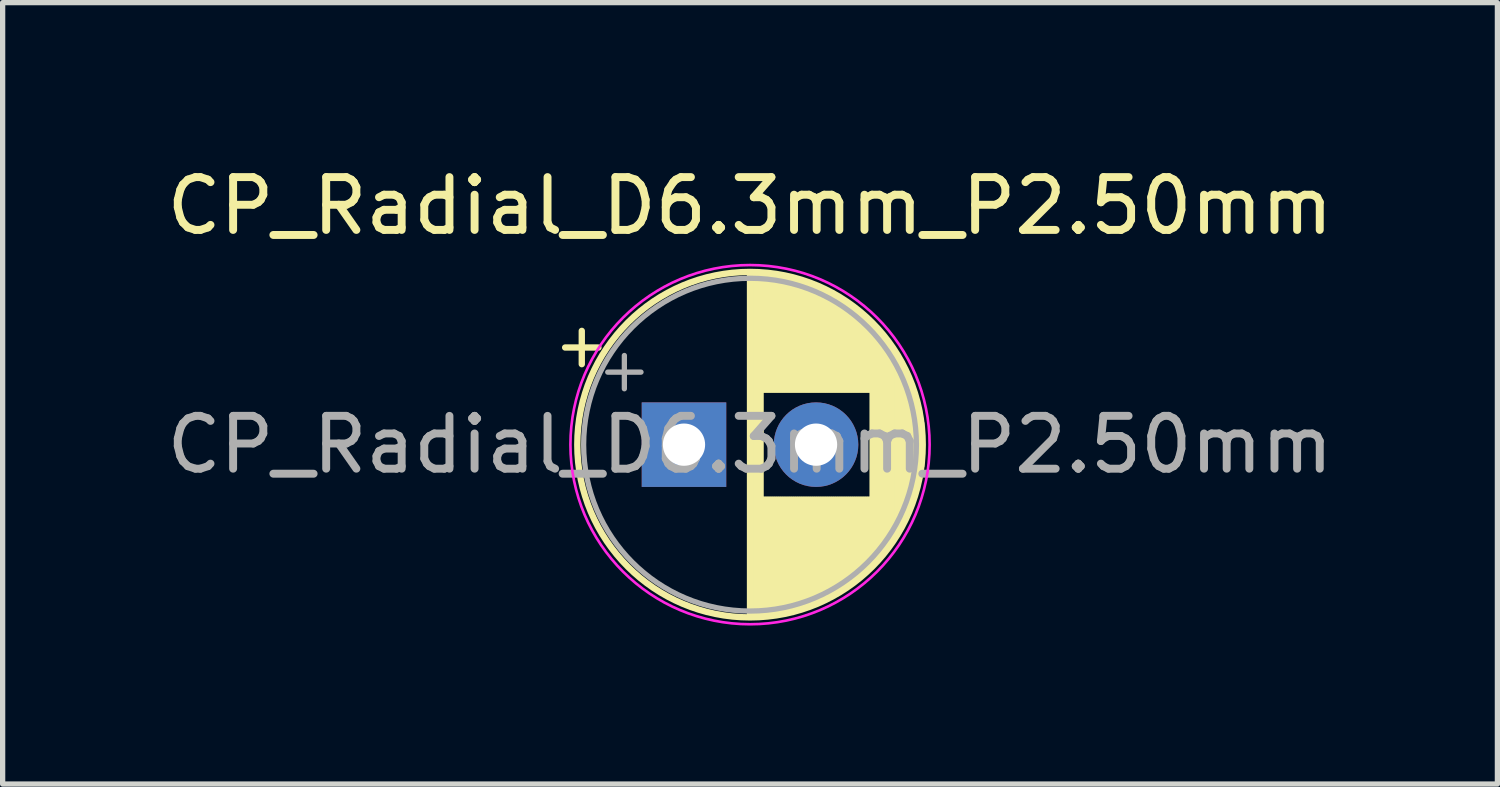
<source format=kicad_pcb>
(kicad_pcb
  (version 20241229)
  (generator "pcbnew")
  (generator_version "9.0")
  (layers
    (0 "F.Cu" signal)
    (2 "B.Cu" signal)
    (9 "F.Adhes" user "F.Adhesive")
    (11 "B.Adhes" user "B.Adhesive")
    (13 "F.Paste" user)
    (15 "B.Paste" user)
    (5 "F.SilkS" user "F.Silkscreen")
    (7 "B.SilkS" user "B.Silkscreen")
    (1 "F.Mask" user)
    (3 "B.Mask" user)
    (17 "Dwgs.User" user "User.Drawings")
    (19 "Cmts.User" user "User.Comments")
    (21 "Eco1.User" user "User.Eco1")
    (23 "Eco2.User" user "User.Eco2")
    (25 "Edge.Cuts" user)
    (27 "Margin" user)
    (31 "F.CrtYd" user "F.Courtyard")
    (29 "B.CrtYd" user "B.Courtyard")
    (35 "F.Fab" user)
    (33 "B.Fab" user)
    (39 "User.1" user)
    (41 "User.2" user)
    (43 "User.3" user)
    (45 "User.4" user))
  (footprint "CP_Radial_D6.3mm_P2.50mm"
    (layer "F.Cu")
    (at 9.899 5.368)
    (property "Reference" "CP_Radial_D6.3mm_P2.50mm" (at 1.25 -4.52 0) (layer "F.SilkS") (effects (font (size 1 1) (thickness 0.15))))
    (attr through_hole)
    (fp_line (start -2.25 -1.839) (end -1.62 -1.839) (stroke (width 0.12) (type solid)) (layer "F.SilkS"))
    (fp_line (start -1.935 -2.154) (end -1.935 -1.524) (stroke (width 0.12) (type solid)) (layer "F.SilkS"))
    (fp_line (start 1.25 -3.23) (end 1.25 3.23) (stroke (width 0.12) (type solid)) (layer "F.SilkS"))
    (fp_line (start 1.29 -3.23) (end 1.29 3.23) (stroke (width 0.12) (type solid)) (layer "F.SilkS"))
    (fp_line (start 1.33 -3.23) (end 1.33 3.23) (stroke (width 0.12) (type solid)) (layer "F.SilkS"))
    (fp_line (start 1.37 -3.228) (end 1.37 3.228) (stroke (width 0.12) (type solid)) (layer "F.SilkS"))
    (fp_line (start 1.41 -3.227) (end 1.41 3.227) (stroke (width 0.12) (type solid)) (layer "F.SilkS"))
    (fp_line (start 1.45 -3.224) (end 1.45 3.224) (stroke (width 0.12) (type solid)) (layer "F.SilkS"))
    (fp_line (start 1.49 -3.222) (end 1.49 -1.04) (stroke (width 0.12) (type solid)) (layer "F.SilkS"))
    (fp_line (start 1.49 1.04) (end 1.49 3.222) (stroke (width 0.12) (type solid)) (layer "F.SilkS"))
    (fp_line (start 1.53 -3.218) (end 1.53 -1.04) (stroke (width 0.12) (type solid)) (layer "F.SilkS"))
    (fp_line (start 1.53 1.04) (end 1.53 3.218) (stroke (width 0.12) (type solid)) (layer "F.SilkS"))
    (fp_line (start 1.57 -3.215) (end 1.57 -1.04) (stroke (width 0.12) (type solid)) (layer "F.SilkS"))
    (fp_line (start 1.57 1.04) (end 1.57 3.215) (stroke (width 0.12) (type solid)) (layer "F.SilkS"))
    (fp_line (start 1.61 -3.211) (end 1.61 -1.04) (stroke (width 0.12) (type solid)) (layer "F.SilkS"))
    (fp_line (start 1.61 1.04) (end 1.61 3.211) (stroke (width 0.12) (type solid)) (layer "F.SilkS"))
    (fp_line (start 1.65 -3.206) (end 1.65 -1.04) (stroke (width 0.12) (type solid)) (layer "F.SilkS"))
    (fp_line (start 1.65 1.04) (end 1.65 3.206) (stroke (width 0.12) (type solid)) (layer "F.SilkS"))
    (fp_line (start 1.69 -3.201) (end 1.69 -1.04) (stroke (width 0.12) (type solid)) (layer "F.SilkS"))
    (fp_line (start 1.69 1.04) (end 1.69 3.201) (stroke (width 0.12) (type solid)) (layer "F.SilkS"))
    (fp_line (start 1.73 -3.195) (end 1.73 -1.04) (stroke (width 0.12) (type solid)) (layer "F.SilkS"))
    (fp_line (start 1.73 1.04) (end 1.73 3.195) (stroke (width 0.12) (type solid)) (layer "F.SilkS"))
    (fp_line (start 1.77 -3.189) (end 1.77 -1.04) (stroke (width 0.12) (type solid)) (layer "F.SilkS"))
    (fp_line (start 1.77 1.04) (end 1.77 3.189) (stroke (width 0.12) (type solid)) (layer "F.SilkS"))
    (fp_line (start 1.81 -3.182) (end 1.81 -1.04) (stroke (width 0.12) (type solid)) (layer "F.SilkS"))
    (fp_line (start 1.81 1.04) (end 1.81 3.182) (stroke (width 0.12) (type solid)) (layer "F.SilkS"))
    (fp_line (start 1.85 -3.175) (end 1.85 -1.04) (stroke (width 0.12) (type solid)) (layer "F.SilkS"))
    (fp_line (start 1.85 1.04) (end 1.85 3.175) (stroke (width 0.12) (type solid)) (layer "F.SilkS"))
    (fp_line (start 1.89 -3.167) (end 1.89 -1.04) (stroke (width 0.12) (type solid)) (layer "F.SilkS"))
    (fp_line (start 1.89 1.04) (end 1.89 3.167) (stroke (width 0.12) (type solid)) (layer "F.SilkS"))
    (fp_line (start 1.93 -3.159) (end 1.93 -1.04) (stroke (width 0.12) (type solid)) (layer "F.SilkS"))
    (fp_line (start 1.93 1.04) (end 1.93 3.159) (stroke (width 0.12) (type solid)) (layer "F.SilkS"))
    (fp_line (start 1.971 -3.15) (end 1.971 -1.04) (stroke (width 0.12) (type solid)) (layer "F.SilkS"))
    (fp_line (start 1.971 1.04) (end 1.971 3.15) (stroke (width 0.12) (type solid)) (layer "F.SilkS"))
    (fp_line (start 2.011 -3.141) (end 2.011 -1.04) (stroke (width 0.12) (type solid)) (layer "F.SilkS"))
    (fp_line (start 2.011 1.04) (end 2.011 3.141) (stroke (width 0.12) (type solid)) (layer "F.SilkS"))
    (fp_line (start 2.051 -3.131) (end 2.051 -1.04) (stroke (width 0.12) (type solid)) (layer "F.SilkS"))
    (fp_line (start 2.051 1.04) (end 2.051 3.131) (stroke (width 0.12) (type solid)) (layer "F.SilkS"))
    (fp_line (start 2.091 -3.121) (end 2.091 -1.04) (stroke (width 0.12) (type solid)) (layer "F.SilkS"))
    (fp_line (start 2.091 1.04) (end 2.091 3.121) (stroke (width 0.12) (type solid)) (layer "F.SilkS"))
    (fp_line (start 2.131 -3.11) (end 2.131 -1.04) (stroke (width 0.12) (type solid)) (layer "F.SilkS"))
    (fp_line (start 2.131 1.04) (end 2.131 3.11) (stroke (width 0.12) (type solid)) (layer "F.SilkS"))
    (fp_line (start 2.171 -3.098) (end 2.171 -1.04) (stroke (width 0.12) (type solid)) (layer "F.SilkS"))
    (fp_line (start 2.171 1.04) (end 2.171 3.098) (stroke (width 0.12) (type solid)) (layer "F.SilkS"))
    (fp_line (start 2.211 -3.086) (end 2.211 -1.04) (stroke (width 0.12) (type solid)) (layer "F.SilkS"))
    (fp_line (start 2.211 1.04) (end 2.211 3.086) (stroke (width 0.12) (type solid)) (layer "F.SilkS"))
    (fp_line (start 2.251 -3.074) (end 2.251 -1.04) (stroke (width 0.12) (type solid)) (layer "F.SilkS"))
    (fp_line (start 2.251 1.04) (end 2.251 3.074) (stroke (width 0.12) (type solid)) (layer "F.SilkS"))
    (fp_line (start 2.291 -3.061) (end 2.291 -1.04) (stroke (width 0.12) (type solid)) (layer "F.SilkS"))
    (fp_line (start 2.291 1.04) (end 2.291 3.061) (stroke (width 0.12) (type solid)) (layer "F.SilkS"))
    (fp_line (start 2.331 -3.047) (end 2.331 -1.04) (stroke (width 0.12) (type solid)) (layer "F.SilkS"))
    (fp_line (start 2.331 1.04) (end 2.331 3.047) (stroke (width 0.12) (type solid)) (layer "F.SilkS"))
    (fp_line (start 2.371 -3.033) (end 2.371 -1.04) (stroke (width 0.12) (type solid)) (layer "F.SilkS"))
    (fp_line (start 2.371 1.04) (end 2.371 3.033) (stroke (width 0.12) (type solid)) (layer "F.SilkS"))
    (fp_line (start 2.411 -3.018) (end 2.411 -1.04) (stroke (width 0.12) (type solid)) (layer "F.SilkS"))
    (fp_line (start 2.411 1.04) (end 2.411 3.018) (stroke (width 0.12) (type solid)) (layer "F.SilkS"))
    (fp_line (start 2.451 -3.002) (end 2.451 -1.04) (stroke (width 0.12) (type solid)) (layer "F.SilkS"))
    (fp_line (start 2.451 1.04) (end 2.451 3.002) (stroke (width 0.12) (type solid)) (layer "F.SilkS"))
    (fp_line (start 2.491 -2.986) (end 2.491 -1.04) (stroke (width 0.12) (type solid)) (layer "F.SilkS"))
    (fp_line (start 2.491 1.04) (end 2.491 2.986) (stroke (width 0.12) (type solid)) (layer "F.SilkS"))
    (fp_line (start 2.531 -2.97) (end 2.531 -1.04) (stroke (width 0.12) (type solid)) (layer "F.SilkS"))
    (fp_line (start 2.531 1.04) (end 2.531 2.97) (stroke (width 0.12) (type solid)) (layer "F.SilkS"))
    (fp_line (start 2.571 -2.952) (end 2.571 -1.04) (stroke (width 0.12) (type solid)) (layer "F.SilkS"))
    (fp_line (start 2.571 1.04) (end 2.571 2.952) (stroke (width 0.12) (type solid)) (layer "F.SilkS"))
    (fp_line (start 2.611 -2.934) (end 2.611 -1.04) (stroke (width 0.12) (type solid)) (layer "F.SilkS"))
    (fp_line (start 2.611 1.04) (end 2.611 2.934) (stroke (width 0.12) (type solid)) (layer "F.SilkS"))
    (fp_line (start 2.651 -2.916) (end 2.651 -1.04) (stroke (width 0.12) (type solid)) (layer "F.SilkS"))
    (fp_line (start 2.651 1.04) (end 2.651 2.916) (stroke (width 0.12) (type solid)) (layer "F.SilkS"))
    (fp_line (start 2.691 -2.896) (end 2.691 -1.04) (stroke (width 0.12) (type solid)) (layer "F.SilkS"))
    (fp_line (start 2.691 1.04) (end 2.691 2.896) (stroke (width 0.12) (type solid)) (layer "F.SilkS"))
    (fp_line (start 2.731 -2.876) (end 2.731 -1.04) (stroke (width 0.12) (type solid)) (layer "F.SilkS"))
    (fp_line (start 2.731 1.04) (end 2.731 2.876) (stroke (width 0.12) (type solid)) (layer "F.SilkS"))
    (fp_line (start 2.771 -2.856) (end 2.771 -1.04) (stroke (width 0.12) (type solid)) (layer "F.SilkS"))
    (fp_line (start 2.771 1.04) (end 2.771 2.856) (stroke (width 0.12) (type solid)) (layer "F.SilkS"))
    (fp_line (start 2.811 -2.834) (end 2.811 -1.04) (stroke (width 0.12) (type solid)) (layer "F.SilkS"))
    (fp_line (start 2.811 1.04) (end 2.811 2.834) (stroke (width 0.12) (type solid)) (layer "F.SilkS"))
    (fp_line (start 2.851 -2.812) (end 2.851 -1.04) (stroke (width 0.12) (type solid)) (layer "F.SilkS"))
    (fp_line (start 2.851 1.04) (end 2.851 2.812) (stroke (width 0.12) (type solid)) (layer "F.SilkS"))
    (fp_line (start 2.891 -2.79) (end 2.891 -1.04) (stroke (width 0.12) (type solid)) (layer "F.SilkS"))
    (fp_line (start 2.891 1.04) (end 2.891 2.79) (stroke (width 0.12) (type solid)) (layer "F.SilkS"))
    (fp_line (start 2.931 -2.766) (end 2.931 -1.04) (stroke (width 0.12) (type solid)) (layer "F.SilkS"))
    (fp_line (start 2.931 1.04) (end 2.931 2.766) (stroke (width 0.12) (type solid)) (layer "F.SilkS"))
    (fp_line (start 2.971 -2.742) (end 2.971 -1.04) (stroke (width 0.12) (type solid)) (layer "F.SilkS"))
    (fp_line (start 2.971 1.04) (end 2.971 2.742) (stroke (width 0.12) (type solid)) (layer "F.SilkS"))
    (fp_line (start 3.011 -2.716) (end 3.011 -1.04) (stroke (width 0.12) (type solid)) (layer "F.SilkS"))
    (fp_line (start 3.011 1.04) (end 3.011 2.716) (stroke (width 0.12) (type solid)) (layer "F.SilkS"))
    (fp_line (start 3.051 -2.69) (end 3.051 -1.04) (stroke (width 0.12) (type solid)) (layer "F.SilkS"))
    (fp_line (start 3.051 1.04) (end 3.051 2.69) (stroke (width 0.12) (type solid)) (layer "F.SilkS"))
    (fp_line (start 3.091 -2.664) (end 3.091 -1.04) (stroke (width 0.12) (type solid)) (layer "F.SilkS"))
    (fp_line (start 3.091 1.04) (end 3.091 2.664) (stroke (width 0.12) (type solid)) (layer "F.SilkS"))
    (fp_line (start 3.131 -2.636) (end 3.131 -1.04) (stroke (width 0.12) (type solid)) (layer "F.SilkS"))
    (fp_line (start 3.131 1.04) (end 3.131 2.636) (stroke (width 0.12) (type solid)) (layer "F.SilkS"))
    (fp_line (start 3.171 -2.607) (end 3.171 -1.04) (stroke (width 0.12) (type solid)) (layer "F.SilkS"))
    (fp_line (start 3.171 1.04) (end 3.171 2.607) (stroke (width 0.12) (type solid)) (layer "F.SilkS"))
    (fp_line (start 3.211 -2.578) (end 3.211 -1.04) (stroke (width 0.12) (type solid)) (layer "F.SilkS"))
    (fp_line (start 3.211 1.04) (end 3.211 2.578) (stroke (width 0.12) (type solid)) (layer "F.SilkS"))
    (fp_line (start 3.251 -2.548) (end 3.251 -1.04) (stroke (width 0.12) (type solid)) (layer "F.SilkS"))
    (fp_line (start 3.251 1.04) (end 3.251 2.548) (stroke (width 0.12) (type solid)) (layer "F.SilkS"))
    (fp_line (start 3.291 -2.516) (end 3.291 -1.04) (stroke (width 0.12) (type solid)) (layer "F.SilkS"))
    (fp_line (start 3.291 1.04) (end 3.291 2.516) (stroke (width 0.12) (type solid)) (layer "F.SilkS"))
    (fp_line (start 3.331 -2.484) (end 3.331 -1.04) (stroke (width 0.12) (type solid)) (layer "F.SilkS"))
    (fp_line (start 3.331 1.04) (end 3.331 2.484) (stroke (width 0.12) (type solid)) (layer "F.SilkS"))
    (fp_line (start 3.371 -2.45) (end 3.371 -1.04) (stroke (width 0.12) (type solid)) (layer "F.SilkS"))
    (fp_line (start 3.371 1.04) (end 3.371 2.45) (stroke (width 0.12) (type solid)) (layer "F.SilkS"))
    (fp_line (start 3.411 -2.416) (end 3.411 -1.04) (stroke (width 0.12) (type solid)) (layer "F.SilkS"))
    (fp_line (start 3.411 1.04) (end 3.411 2.416) (stroke (width 0.12) (type solid)) (layer "F.SilkS"))
    (fp_line (start 3.451 -2.38) (end 3.451 -1.04) (stroke (width 0.12) (type solid)) (layer "F.SilkS"))
    (fp_line (start 3.451 1.04) (end 3.451 2.38) (stroke (width 0.12) (type solid)) (layer "F.SilkS"))
    (fp_line (start 3.491 -2.343) (end 3.491 -1.04) (stroke (width 0.12) (type solid)) (layer "F.SilkS"))
    (fp_line (start 3.491 1.04) (end 3.491 2.343) (stroke (width 0.12) (type solid)) (layer "F.SilkS"))
    (fp_line (start 3.531 -2.305) (end 3.531 -1.04) (stroke (width 0.12) (type solid)) (layer "F.SilkS"))
    (fp_line (start 3.531 1.04) (end 3.531 2.305) (stroke (width 0.12) (type solid)) (layer "F.SilkS"))
    (fp_line (start 3.571 -2.265) (end 3.571 2.265) (stroke (width 0.12) (type solid)) (layer "F.SilkS"))
    (fp_line (start 3.611 -2.224) (end 3.611 2.224) (stroke (width 0.12) (type solid)) (layer "F.SilkS"))
    (fp_line (start 3.651 -2.182) (end 3.651 2.182) (stroke (width 0.12) (type solid)) (layer "F.SilkS"))
    (fp_line (start 3.691 -2.137) (end 3.691 2.137) (stroke (width 0.12) (type solid)) (layer "F.SilkS"))
    (fp_line (start 3.731 -2.092) (end 3.731 2.092) (stroke (width 0.12) (type solid)) (layer "F.SilkS"))
    (fp_line (start 3.771 -2.044) (end 3.771 2.044) (stroke (width 0.12) (type solid)) (layer "F.SilkS"))
    (fp_line (start 3.811 -1.995) (end 3.811 1.995) (stroke (width 0.12) (type solid)) (layer "F.SilkS"))
    (fp_line (start 3.851 -1.944) (end 3.851 1.944) (stroke (width 0.12) (type solid)) (layer "F.SilkS"))
    (fp_line (start 3.891 -1.89) (end 3.891 1.89) (stroke (width 0.12) (type solid)) (layer "F.SilkS"))
    (fp_line (start 3.931 -1.834) (end 3.931 1.834) (stroke (width 0.12) (type solid)) (layer "F.SilkS"))
    (fp_line (start 3.971 -1.776) (end 3.971 1.776) (stroke (width 0.12) (type solid)) (layer "F.SilkS"))
    (fp_line (start 4.011 -1.714) (end 4.011 1.714) (stroke (width 0.12) (type solid)) (layer "F.SilkS"))
    (fp_line (start 4.051 -1.65) (end 4.051 1.65) (stroke (width 0.12) (type solid)) (layer "F.SilkS"))
    (fp_line (start 4.091 -1.581) (end 4.091 1.581) (stroke (width 0.12) (type solid)) (layer "F.SilkS"))
    (fp_line (start 4.131 -1.509) (end 4.131 1.509) (stroke (width 0.12) (type solid)) (layer "F.SilkS"))
    (fp_line (start 4.171 -1.432) (end 4.171 1.432) (stroke (width 0.12) (type solid)) (layer "F.SilkS"))
    (fp_line (start 4.211 -1.35) (end 4.211 1.35) (stroke (width 0.12) (type solid)) (layer "F.SilkS"))
    (fp_line (start 4.251 -1.262) (end 4.251 1.262) (stroke (width 0.12) (type solid)) (layer "F.SilkS"))
    (fp_line (start 4.291 -1.165) (end 4.291 1.165) (stroke (width 0.12) (type solid)) (layer "F.SilkS"))
    (fp_line (start 4.331 -1.059) (end 4.331 1.059) (stroke (width 0.12) (type solid)) (layer "F.SilkS"))
    (fp_line (start 4.371 -0.94) (end 4.371 0.94) (stroke (width 0.12) (type solid)) (layer "F.SilkS"))
    (fp_line (start 4.411 -0.802) (end 4.411 0.802) (stroke (width 0.12) (type solid)) (layer "F.SilkS"))
    (fp_line (start 4.451 -0.633) (end 4.451 0.633) (stroke (width 0.12) (type solid)) (layer "F.SilkS"))
    (fp_line (start 4.491 -0.402) (end 4.491 0.402) (stroke (width 0.12) (type solid)) (layer "F.SilkS"))
    (fp_circle (center 1.25 0) (end 4.52 0) (stroke (width 0.12) (type solid)) (fill no) (layer "F.SilkS"))
    (fp_circle (center 1.25 0) (end 4.65 0) (stroke (width 0.05) (type solid)) (fill no) (layer "F.CrtYd"))
    (fp_line (start -1.444 -1.373) (end -0.814 -1.373) (stroke (width 0.1) (type solid)) (layer "F.Fab"))
    (fp_line (start -1.129 -1.688) (end -1.129 -1.058) (stroke (width 0.1) (type solid)) (layer "F.Fab"))
    (fp_circle (center 1.25 0) (end 4.4 0) (stroke (width 0.1) (type solid)) (fill no) (layer "F.Fab"))
    (fp_text user "${REFERENCE}" (at 1.25 0 0) (layer "F.Fab") (effects (font (size 1 1) (thickness 0.15))))
    (pad "1" thru_hole rect (at 0 0) (size 1.6 1.6) (drill 0.8) (layers "*.Cu" "*.Mask"))
    (pad "2" thru_hole circle (at 2.5 0) (size 1.6 1.6) (drill 0.8) (layers "*.Cu" "*.Mask")))
  (gr_rect
    (start -3 -3)
    (end 25.298 11.793)
    (stroke (width 0.1) (type default))
    (fill no)
    (layer "Edge.Cuts")))
</source>
